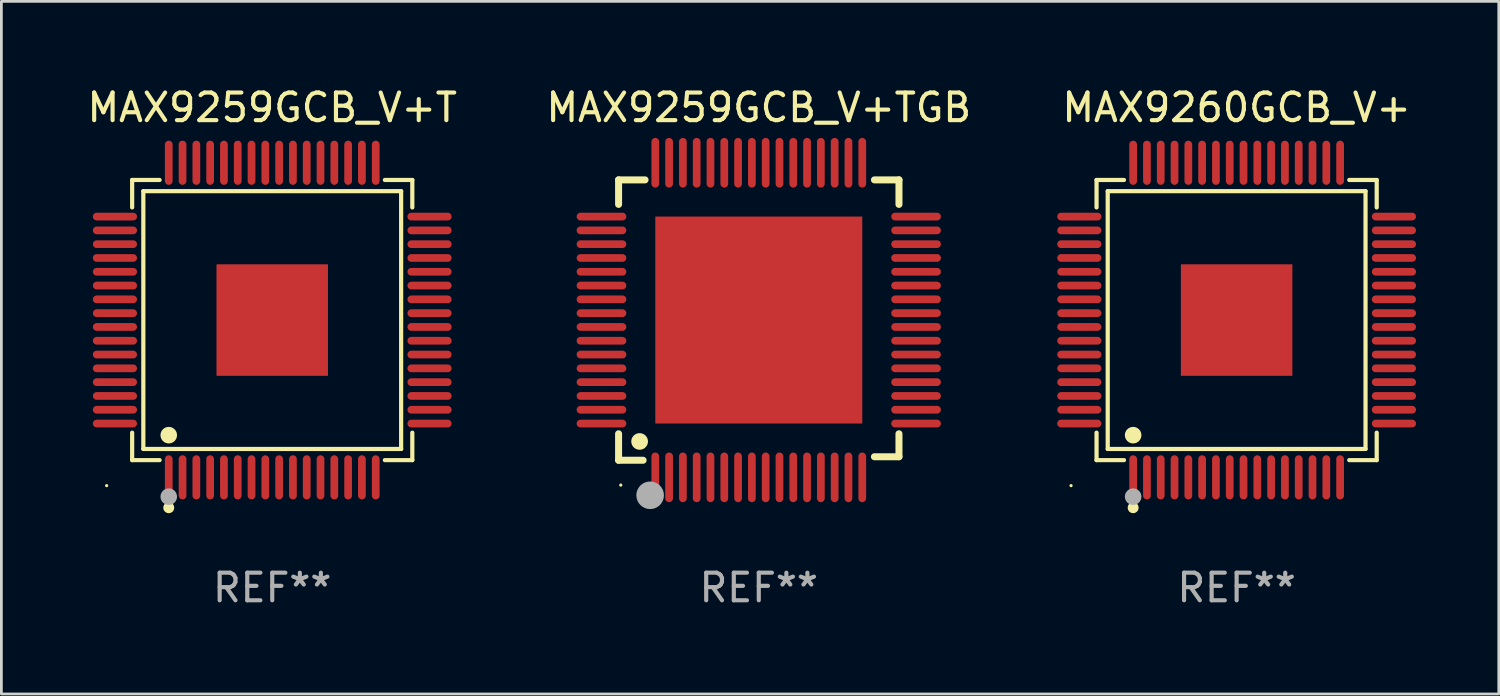
<source format=kicad_pcb>
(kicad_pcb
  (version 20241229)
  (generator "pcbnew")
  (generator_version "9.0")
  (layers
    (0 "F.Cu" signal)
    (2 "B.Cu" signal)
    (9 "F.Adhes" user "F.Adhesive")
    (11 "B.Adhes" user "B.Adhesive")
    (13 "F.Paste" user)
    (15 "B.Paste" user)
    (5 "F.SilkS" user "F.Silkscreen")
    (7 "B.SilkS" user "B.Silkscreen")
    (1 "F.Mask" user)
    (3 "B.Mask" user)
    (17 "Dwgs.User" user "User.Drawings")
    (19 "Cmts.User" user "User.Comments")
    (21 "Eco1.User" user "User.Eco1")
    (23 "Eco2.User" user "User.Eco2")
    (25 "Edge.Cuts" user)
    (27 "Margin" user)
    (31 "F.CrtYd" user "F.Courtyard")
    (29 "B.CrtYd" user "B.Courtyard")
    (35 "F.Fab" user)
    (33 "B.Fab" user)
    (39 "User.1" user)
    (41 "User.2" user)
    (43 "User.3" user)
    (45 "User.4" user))
  (footprint "MAX9259GCB_V+TGB"
    (layer "F.Cu")
    (at 24.446 8.548)
    (property "Reference" "MAX9259GCB_V+TGB" (at 0 -7.7 0) (layer "F.SilkS") (effects (font (size 1 1) (thickness 0.15))))
    (attr through_hole)
    (fp_line (start -5.08 -5.08) (end -4.121 -5.08) (stroke (width 0.254) (type solid)) (layer "F.SilkS"))
    (fp_line (start -5.08 -4.191) (end -5.08 -5.08) (stroke (width 0.254) (type solid)) (layer "F.SilkS"))
    (fp_line (start -5.08 4.121) (end -5.08 5.08) (stroke (width 0.254) (type solid)) (layer "F.SilkS"))
    (fp_line (start -5.08 5.08) (end -4.191 5.08) (stroke (width 0.254) (type solid)) (layer "F.SilkS"))
    (fp_line (start 4.191 -5.08) (end 5.08 -5.08) (stroke (width 0.254) (type solid)) (layer "F.SilkS"))
    (fp_line (start 5.08 -5.08) (end 5.08 -4.191) (stroke (width 0.254) (type solid)) (layer "F.SilkS"))
    (fp_line (start 5.08 4.121) (end 5.08 4.953) (stroke (width 0.254) (type solid)) (layer "F.SilkS"))
    (fp_line (start 5.08 4.953) (end 4.191 4.953) (stroke (width 0.254) (type solid)) (layer "F.SilkS"))
    (fp_arc (start -4.320523 4.398984) (mid -4.317983 4.398973) (end -4.315443 4.398984) (stroke (width 0.6) (type solid)) (layer "F.SilkS"))
    (fp_circle (center -5 5.98) (end -4.97 5.98) (stroke (width 0.06) (type solid)) (fill no) (layer "F.SilkS"))
    (fp_circle (center -3.937 6.35) (end -3.687 6.35) (stroke (width 0.5) (type solid)) (fill no) (layer "F.Fab"))
    (fp_text user "REF**" (at 0 9.7 0) (layer "F.Fab") (effects (font (size 1 1) (thickness 0.15))))
    (pad "1" smd oval (at -3.75 5.7) (size 0.28 1.8) (layers "F.Cu" "F.Mask" "F.Paste"))
    (pad "2" smd oval (at -3.25 5.7) (size 0.28 1.8) (layers "F.Cu" "F.Mask" "F.Paste"))
    (pad "3" smd oval (at -2.75 5.7) (size 0.28 1.8) (layers "F.Cu" "F.Mask" "F.Paste"))
    (pad "4" smd oval (at -2.25 5.7) (size 0.28 1.8) (layers "F.Cu" "F.Mask" "F.Paste"))
    (pad "5" smd oval (at -1.75 5.7) (size 0.28 1.8) (layers "F.Cu" "F.Mask" "F.Paste"))
    (pad "6" smd oval (at -1.25 5.7) (size 0.28 1.8) (layers "F.Cu" "F.Mask" "F.Paste"))
    (pad "7" smd oval (at -0.75 5.7) (size 0.28 1.8) (layers "F.Cu" "F.Mask" "F.Paste"))
    (pad "8" smd oval (at -0.25 5.7) (size 0.28 1.8) (layers "F.Cu" "F.Mask" "F.Paste"))
    (pad "9" smd oval (at 0.25 5.7) (size 0.28 1.8) (layers "F.Cu" "F.Mask" "F.Paste"))
    (pad "10" smd oval (at 0.75 5.7) (size 0.28 1.8) (layers "F.Cu" "F.Mask" "F.Paste"))
    (pad "11" smd oval (at 1.25 5.7) (size 0.28 1.8) (layers "F.Cu" "F.Mask" "F.Paste"))
    (pad "12" smd oval (at 1.75 5.7) (size 0.28 1.8) (layers "F.Cu" "F.Mask" "F.Paste"))
    (pad "13" smd oval (at 2.25 5.7) (size 0.28 1.8) (layers "F.Cu" "F.Mask" "F.Paste"))
    (pad "14" smd oval (at 2.75 5.7) (size 0.28 1.8) (layers "F.Cu" "F.Mask" "F.Paste"))
    (pad "15" smd oval (at 3.25 5.7) (size 0.28 1.8) (layers "F.Cu" "F.Mask" "F.Paste"))
    (pad "16" smd oval (at 3.75 5.7) (size 0.28 1.8) (layers "F.Cu" "F.Mask" "F.Paste"))
    (pad "17" smd oval (at 5.7 3.75) (size 1.8 0.28) (layers "F.Cu" "F.Mask" "F.Paste"))
    (pad "18" smd oval (at 5.7 3.25) (size 1.8 0.28) (layers "F.Cu" "F.Mask" "F.Paste"))
    (pad "19" smd oval (at 5.7 2.75) (size 1.8 0.28) (layers "F.Cu" "F.Mask" "F.Paste"))
    (pad "20" smd oval (at 5.7 2.25) (size 1.8 0.28) (layers "F.Cu" "F.Mask" "F.Paste"))
    (pad "21" smd oval (at 5.7 1.75) (size 1.8 0.28) (layers "F.Cu" "F.Mask" "F.Paste"))
    (pad "22" smd oval (at 5.7 1.25) (size 1.8 0.28) (layers "F.Cu" "F.Mask" "F.Paste"))
    (pad "23" smd oval (at 5.7 0.75) (size 1.8 0.28) (layers "F.Cu" "F.Mask" "F.Paste"))
    (pad "24" smd oval (at 5.7 0.25) (size 1.8 0.28) (layers "F.Cu" "F.Mask" "F.Paste"))
    (pad "25" smd oval (at 5.7 -0.25) (size 1.8 0.28) (layers "F.Cu" "F.Mask" "F.Paste"))
    (pad "26" smd oval (at 5.7 -0.75) (size 1.8 0.28) (layers "F.Cu" "F.Mask" "F.Paste"))
    (pad "27" smd oval (at 5.7 -1.25) (size 1.8 0.28) (layers "F.Cu" "F.Mask" "F.Paste"))
    (pad "28" smd oval (at 5.7 -1.75) (size 1.8 0.28) (layers "F.Cu" "F.Mask" "F.Paste"))
    (pad "29" smd oval (at 5.7 -2.25) (size 1.8 0.28) (layers "F.Cu" "F.Mask" "F.Paste"))
    (pad "30" smd oval (at 5.7 -2.75) (size 1.8 0.28) (layers "F.Cu" "F.Mask" "F.Paste"))
    (pad "31" smd oval (at 5.7 -3.25) (size 1.8 0.28) (layers "F.Cu" "F.Mask" "F.Paste"))
    (pad "32" smd oval (at 5.7 -3.75) (size 1.8 0.28) (layers "F.Cu" "F.Mask" "F.Paste"))
    (pad "33" smd oval (at 3.75 -5.7) (size 0.28 1.8) (layers "F.Cu" "F.Mask" "F.Paste"))
    (pad "34" smd oval (at 3.25 -5.7) (size 0.28 1.8) (layers "F.Cu" "F.Mask" "F.Paste"))
    (pad "35" smd oval (at 2.75 -5.7) (size 0.28 1.8) (layers "F.Cu" "F.Mask" "F.Paste"))
    (pad "36" smd oval (at 2.25 -5.7) (size 0.28 1.8) (layers "F.Cu" "F.Mask" "F.Paste"))
    (pad "37" smd oval (at 1.75 -5.7) (size 0.28 1.8) (layers "F.Cu" "F.Mask" "F.Paste"))
    (pad "38" smd oval (at 1.25 -5.7) (size 0.28 1.8) (layers "F.Cu" "F.Mask" "F.Paste"))
    (pad "39" smd oval (at 0.75 -5.7) (size 0.28 1.8) (layers "F.Cu" "F.Mask" "F.Paste"))
    (pad "40" smd oval (at 0.25 -5.7) (size 0.28 1.8) (layers "F.Cu" "F.Mask" "F.Paste"))
    (pad "41" smd oval (at -0.25 -5.7) (size 0.28 1.8) (layers "F.Cu" "F.Mask" "F.Paste"))
    (pad "42" smd oval (at -0.75 -5.7) (size 0.28 1.8) (layers "F.Cu" "F.Mask" "F.Paste"))
    (pad "43" smd oval (at -1.25 -5.7) (size 0.28 1.8) (layers "F.Cu" "F.Mask" "F.Paste"))
    (pad "44" smd oval (at -1.75 -5.7) (size 0.28 1.8) (layers "F.Cu" "F.Mask" "F.Paste"))
    (pad "45" smd oval (at -2.25 -5.7) (size 0.28 1.8) (layers "F.Cu" "F.Mask" "F.Paste"))
    (pad "46" smd oval (at -2.75 -5.7) (size 0.28 1.8) (layers "F.Cu" "F.Mask" "F.Paste"))
    (pad "47" smd oval (at -3.25 -5.7) (size 0.28 1.8) (layers "F.Cu" "F.Mask" "F.Paste"))
    (pad "48" smd oval (at -3.75 -5.7) (size 0.28 1.8) (layers "F.Cu" "F.Mask" "F.Paste"))
    (pad "49" smd oval (at -5.7 -3.75) (size 1.8 0.28) (layers "F.Cu" "F.Mask" "F.Paste"))
    (pad "50" smd oval (at -5.7 -3.25) (size 1.8 0.28) (layers "F.Cu" "F.Mask" "F.Paste"))
    (pad "51" smd oval (at -5.7 -2.75) (size 1.8 0.28) (layers "F.Cu" "F.Mask" "F.Paste"))
    (pad "52" smd oval (at -5.7 -2.25) (size 1.8 0.28) (layers "F.Cu" "F.Mask" "F.Paste"))
    (pad "53" smd oval (at -5.7 -1.75) (size 1.8 0.28) (layers "F.Cu" "F.Mask" "F.Paste"))
    (pad "54" smd oval (at -5.7 -1.25) (size 1.8 0.28) (layers "F.Cu" "F.Mask" "F.Paste"))
    (pad "55" smd oval (at -5.7 -0.75) (size 1.8 0.28) (layers "F.Cu" "F.Mask" "F.Paste"))
    (pad "56" smd oval (at -5.7 -0.25) (size 1.8 0.28) (layers "F.Cu" "F.Mask" "F.Paste"))
    (pad "57" smd oval (at -5.7 0.25) (size 1.8 0.28) (layers "F.Cu" "F.Mask" "F.Paste"))
    (pad "58" smd oval (at -5.7 0.75) (size 1.8 0.28) (layers "F.Cu" "F.Mask" "F.Paste"))
    (pad "59" smd oval (at -5.7 1.25) (size 1.8 0.28) (layers "F.Cu" "F.Mask" "F.Paste"))
    (pad "60" smd oval (at -5.7 1.75) (size 1.8 0.28) (layers "F.Cu" "F.Mask" "F.Paste"))
    (pad "61" smd oval (at -5.7 2.25) (size 1.8 0.28) (layers "F.Cu" "F.Mask" "F.Paste"))
    (pad "62" smd oval (at -5.7 2.75) (size 1.8 0.28) (layers "F.Cu" "F.Mask" "F.Paste"))
    (pad "63" smd oval (at -5.7 3.25) (size 1.8 0.28) (layers "F.Cu" "F.Mask" "F.Paste"))
    (pad "64" smd oval (at -5.7 3.75) (size 1.8 0.28) (layers "F.Cu" "F.Mask" "F.Paste"))
    (pad "65" smd custom (at 0 0) (size 7.5 7.5) (layers "F.Cu" "F.Mask" "F.Paste") (options (anchor circle)) (primitives (gr_poly (pts (xy -3.75 3.75) (xy -3.75 -3.75) (xy 3.75 -3.75) (xy 3.75 3.75)) (width 0) (fill yes)))))
  (footprint "MAX9260GCB_V+"
    (layer "F.Cu")
    (at 41.762 8.548)
    (property "Reference" "MAX9260GCB_V+" (at 0 -7.7 0) (layer "F.SilkS") (effects (font (size 1 1) (thickness 0.15))))
    (attr through_hole)
    (fp_line (start -5.076 -5.076) (end -4.081 -5.076) (stroke (width 0.152) (type solid)) (layer "F.SilkS"))
    (fp_line (start -5.076 -4.081) (end -5.076 -5.076) (stroke (width 0.152) (type solid)) (layer "F.SilkS"))
    (fp_line (start -5.076 4.081) (end -5.076 5.076) (stroke (width 0.152) (type solid)) (layer "F.SilkS"))
    (fp_line (start -5.076 5.076) (end -4.081 5.076) (stroke (width 0.152) (type solid)) (layer "F.SilkS"))
    (fp_line (start -4.671 -4.671) (end 4.671 -4.671) (stroke (width 0.152) (type solid)) (layer "F.SilkS"))
    (fp_line (start -4.671 4.671) (end -4.671 -4.671) (stroke (width 0.152) (type solid)) (layer "F.SilkS"))
    (fp_line (start 4.671 -4.671) (end 4.671 4.671) (stroke (width 0.152) (type solid)) (layer "F.SilkS"))
    (fp_line (start 4.671 4.671) (end -4.671 4.671) (stroke (width 0.152) (type solid)) (layer "F.SilkS"))
    (fp_line (start 5.076 -5.076) (end 4.081 -5.076) (stroke (width 0.152) (type solid)) (layer "F.SilkS"))
    (fp_line (start 5.076 -4.081) (end 5.076 -5.076) (stroke (width 0.152) (type solid)) (layer "F.SilkS"))
    (fp_line (start 5.076 4.081) (end 5.076 5.076) (stroke (width 0.152) (type solid)) (layer "F.SilkS"))
    (fp_line (start 5.076 5.076) (end 4.081 5.076) (stroke (width 0.152) (type solid)) (layer "F.SilkS"))
    (fp_circle (center -6 6) (end -5.97 6) (stroke (width 0.06) (type solid)) (fill no) (layer "F.SilkS"))
    (fp_circle (center -3.75 4.171) (end -3.6 4.171) (stroke (width 0.3) (type solid)) (fill no) (layer "F.SilkS"))
    (fp_circle (center -3.75 6.8) (end -3.65 6.8) (stroke (width 0.2) (type solid)) (fill no) (layer "F.SilkS"))
    (fp_circle (center -3.75 6.4) (end -3.6 6.4) (stroke (width 0.3) (type solid)) (fill no) (layer "F.Fab"))
    (fp_text user "REF**" (at 0 9.7 0) (layer "F.Fab") (effects (font (size 1 1) (thickness 0.15))))
    (pad "1" smd oval (at -3.75 5.7) (size 0.28 1.6) (layers "F.Cu" "F.Mask" "F.Paste"))
    (pad "2" smd oval (at -3.25 5.7) (size 0.28 1.6) (layers "F.Cu" "F.Mask" "F.Paste"))
    (pad "3" smd oval (at -2.75 5.7) (size 0.28 1.6) (layers "F.Cu" "F.Mask" "F.Paste"))
    (pad "4" smd oval (at -2.25 5.7) (size 0.28 1.6) (layers "F.Cu" "F.Mask" "F.Paste"))
    (pad "5" smd oval (at -1.75 5.7) (size 0.28 1.6) (layers "F.Cu" "F.Mask" "F.Paste"))
    (pad "6" smd oval (at -1.25 5.7) (size 0.28 1.6) (layers "F.Cu" "F.Mask" "F.Paste"))
    (pad "7" smd oval (at -0.75 5.7) (size 0.28 1.6) (layers "F.Cu" "F.Mask" "F.Paste"))
    (pad "8" smd oval (at -0.25 5.7) (size 0.28 1.6) (layers "F.Cu" "F.Mask" "F.Paste"))
    (pad "9" smd oval (at 0.25 5.7) (size 0.28 1.6) (layers "F.Cu" "F.Mask" "F.Paste"))
    (pad "10" smd oval (at 0.75 5.7) (size 0.28 1.6) (layers "F.Cu" "F.Mask" "F.Paste"))
    (pad "11" smd oval (at 1.25 5.7) (size 0.28 1.6) (layers "F.Cu" "F.Mask" "F.Paste"))
    (pad "12" smd oval (at 1.75 5.7) (size 0.28 1.6) (layers "F.Cu" "F.Mask" "F.Paste"))
    (pad "13" smd oval (at 2.25 5.7) (size 0.28 1.6) (layers "F.Cu" "F.Mask" "F.Paste"))
    (pad "14" smd oval (at 2.75 5.7) (size 0.28 1.6) (layers "F.Cu" "F.Mask" "F.Paste"))
    (pad "15" smd oval (at 3.25 5.7) (size 0.28 1.6) (layers "F.Cu" "F.Mask" "F.Paste"))
    (pad "16" smd oval (at 3.75 5.7) (size 0.28 1.6) (layers "F.Cu" "F.Mask" "F.Paste"))
    (pad "17" smd oval (at 5.7 3.75) (size 1.6 0.28) (layers "F.Cu" "F.Mask" "F.Paste"))
    (pad "18" smd oval (at 5.7 3.25) (size 1.6 0.28) (layers "F.Cu" "F.Mask" "F.Paste"))
    (pad "19" smd oval (at 5.7 2.75) (size 1.6 0.28) (layers "F.Cu" "F.Mask" "F.Paste"))
    (pad "20" smd oval (at 5.7 2.25) (size 1.6 0.28) (layers "F.Cu" "F.Mask" "F.Paste"))
    (pad "21" smd oval (at 5.7 1.75) (size 1.6 0.28) (layers "F.Cu" "F.Mask" "F.Paste"))
    (pad "22" smd oval (at 5.7 1.25) (size 1.6 0.28) (layers "F.Cu" "F.Mask" "F.Paste"))
    (pad "23" smd oval (at 5.7 0.75) (size 1.6 0.28) (layers "F.Cu" "F.Mask" "F.Paste"))
    (pad "24" smd oval (at 5.7 0.25) (size 1.6 0.28) (layers "F.Cu" "F.Mask" "F.Paste"))
    (pad "25" smd oval (at 5.7 -0.25) (size 1.6 0.28) (layers "F.Cu" "F.Mask" "F.Paste"))
    (pad "26" smd oval (at 5.7 -0.75) (size 1.6 0.28) (layers "F.Cu" "F.Mask" "F.Paste"))
    (pad "27" smd oval (at 5.7 -1.25) (size 1.6 0.28) (layers "F.Cu" "F.Mask" "F.Paste"))
    (pad "28" smd oval (at 5.7 -1.75) (size 1.6 0.28) (layers "F.Cu" "F.Mask" "F.Paste"))
    (pad "29" smd oval (at 5.7 -2.25) (size 1.6 0.28) (layers "F.Cu" "F.Mask" "F.Paste"))
    (pad "30" smd oval (at 5.7 -2.75) (size 1.6 0.28) (layers "F.Cu" "F.Mask" "F.Paste"))
    (pad "31" smd oval (at 5.7 -3.25) (size 1.6 0.28) (layers "F.Cu" "F.Mask" "F.Paste"))
    (pad "32" smd oval (at 5.7 -3.75) (size 1.6 0.28) (layers "F.Cu" "F.Mask" "F.Paste"))
    (pad "33" smd oval (at 3.75 -5.7) (size 0.28 1.6) (layers "F.Cu" "F.Mask" "F.Paste"))
    (pad "34" smd oval (at 3.25 -5.7) (size 0.28 1.6) (layers "F.Cu" "F.Mask" "F.Paste"))
    (pad "35" smd oval (at 2.75 -5.7) (size 0.28 1.6) (layers "F.Cu" "F.Mask" "F.Paste"))
    (pad "36" smd oval (at 2.25 -5.7) (size 0.28 1.6) (layers "F.Cu" "F.Mask" "F.Paste"))
    (pad "37" smd oval (at 1.75 -5.7) (size 0.28 1.6) (layers "F.Cu" "F.Mask" "F.Paste"))
    (pad "38" smd oval (at 1.25 -5.7) (size 0.28 1.6) (layers "F.Cu" "F.Mask" "F.Paste"))
    (pad "39" smd oval (at 0.75 -5.7) (size 0.28 1.6) (layers "F.Cu" "F.Mask" "F.Paste"))
    (pad "40" smd oval (at 0.25 -5.7) (size 0.28 1.6) (layers "F.Cu" "F.Mask" "F.Paste"))
    (pad "41" smd oval (at -0.25 -5.7) (size 0.28 1.6) (layers "F.Cu" "F.Mask" "F.Paste"))
    (pad "42" smd oval (at -0.75 -5.7) (size 0.28 1.6) (layers "F.Cu" "F.Mask" "F.Paste"))
    (pad "43" smd oval (at -1.25 -5.7) (size 0.28 1.6) (layers "F.Cu" "F.Mask" "F.Paste"))
    (pad "44" smd oval (at -1.75 -5.7) (size 0.28 1.6) (layers "F.Cu" "F.Mask" "F.Paste"))
    (pad "45" smd oval (at -2.25 -5.7) (size 0.28 1.6) (layers "F.Cu" "F.Mask" "F.Paste"))
    (pad "46" smd oval (at -2.75 -5.7) (size 0.28 1.6) (layers "F.Cu" "F.Mask" "F.Paste"))
    (pad "47" smd oval (at -3.25 -5.7) (size 0.28 1.6) (layers "F.Cu" "F.Mask" "F.Paste"))
    (pad "48" smd oval (at -3.75 -5.7) (size 0.28 1.6) (layers "F.Cu" "F.Mask" "F.Paste"))
    (pad "49" smd oval (at -5.7 -3.75) (size 1.6 0.28) (layers "F.Cu" "F.Mask" "F.Paste"))
    (pad "50" smd oval (at -5.7 -3.25) (size 1.6 0.28) (layers "F.Cu" "F.Mask" "F.Paste"))
    (pad "51" smd oval (at -5.7 -2.75) (size 1.6 0.28) (layers "F.Cu" "F.Mask" "F.Paste"))
    (pad "52" smd oval (at -5.7 -2.25) (size 1.6 0.28) (layers "F.Cu" "F.Mask" "F.Paste"))
    (pad "53" smd oval (at -5.7 -1.75) (size 1.6 0.28) (layers "F.Cu" "F.Mask" "F.Paste"))
    (pad "54" smd oval (at -5.7 -1.25) (size 1.6 0.28) (layers "F.Cu" "F.Mask" "F.Paste"))
    (pad "55" smd oval (at -5.7 -0.75) (size 1.6 0.28) (layers "F.Cu" "F.Mask" "F.Paste"))
    (pad "56" smd oval (at -5.7 -0.25) (size 1.6 0.28) (layers "F.Cu" "F.Mask" "F.Paste"))
    (pad "57" smd oval (at -5.7 0.25) (size 1.6 0.28) (layers "F.Cu" "F.Mask" "F.Paste"))
    (pad "58" smd oval (at -5.7 0.75) (size 1.6 0.28) (layers "F.Cu" "F.Mask" "F.Paste"))
    (pad "59" smd oval (at -5.7 1.25) (size 1.6 0.28) (layers "F.Cu" "F.Mask" "F.Paste"))
    (pad "60" smd oval (at -5.7 1.75) (size 1.6 0.28) (layers "F.Cu" "F.Mask" "F.Paste"))
    (pad "61" smd oval (at -5.7 2.25) (size 1.6 0.28) (layers "F.Cu" "F.Mask" "F.Paste"))
    (pad "62" smd oval (at -5.7 2.75) (size 1.6 0.28) (layers "F.Cu" "F.Mask" "F.Paste"))
    (pad "63" smd oval (at -5.7 3.25) (size 1.6 0.28) (layers "F.Cu" "F.Mask" "F.Paste"))
    (pad "64" smd oval (at -5.7 3.75) (size 1.6 0.28) (layers "F.Cu" "F.Mask" "F.Paste"))
    (pad "65" smd rect (at 0 0) (size 4.04 4.04) (layers "F.Cu" "F.Mask" "F.Paste")))
  (footprint "MAX9259GCB_V+T"
    (layer "F.Cu")
    (at 6.815 8.548)
    (property "Reference" "MAX9259GCB_V+T" (at 0 -7.7 0) (layer "F.SilkS") (effects (font (size 1 1) (thickness 0.15))))
    (attr through_hole)
    (fp_line (start -5.076 -5.076) (end -4.081 -5.076) (stroke (width 0.152) (type solid)) (layer "F.SilkS"))
    (fp_line (start -5.076 -4.081) (end -5.076 -5.076) (stroke (width 0.152) (type solid)) (layer "F.SilkS"))
    (fp_line (start -5.076 4.081) (end -5.076 5.076) (stroke (width 0.152) (type solid)) (layer "F.SilkS"))
    (fp_line (start -5.076 5.076) (end -4.081 5.076) (stroke (width 0.152) (type solid)) (layer "F.SilkS"))
    (fp_line (start -4.671 -4.671) (end 4.671 -4.671) (stroke (width 0.152) (type solid)) (layer "F.SilkS"))
    (fp_line (start -4.671 4.671) (end -4.671 -4.671) (stroke (width 0.152) (type solid)) (layer "F.SilkS"))
    (fp_line (start 4.671 -4.671) (end 4.671 4.671) (stroke (width 0.152) (type solid)) (layer "F.SilkS"))
    (fp_line (start 4.671 4.671) (end -4.671 4.671) (stroke (width 0.152) (type solid)) (layer "F.SilkS"))
    (fp_line (start 5.076 -5.076) (end 4.081 -5.076) (stroke (width 0.152) (type solid)) (layer "F.SilkS"))
    (fp_line (start 5.076 -4.081) (end 5.076 -5.076) (stroke (width 0.152) (type solid)) (layer "F.SilkS"))
    (fp_line (start 5.076 4.081) (end 5.076 5.076) (stroke (width 0.152) (type solid)) (layer "F.SilkS"))
    (fp_line (start 5.076 5.076) (end 4.081 5.076) (stroke (width 0.152) (type solid)) (layer "F.SilkS"))
    (fp_circle (center -6 6) (end -5.97 6) (stroke (width 0.06) (type solid)) (fill no) (layer "F.SilkS"))
    (fp_circle (center -3.75 4.171) (end -3.6 4.171) (stroke (width 0.3) (type solid)) (fill no) (layer "F.SilkS"))
    (fp_circle (center -3.75 6.8) (end -3.65 6.8) (stroke (width 0.2) (type solid)) (fill no) (layer "F.SilkS"))
    (fp_circle (center -3.75 6.4) (end -3.6 6.4) (stroke (width 0.3) (type solid)) (fill no) (layer "F.Fab"))
    (fp_text user "REF**" (at 0 9.7 0) (layer "F.Fab") (effects (font (size 1 1) (thickness 0.15))))
    (pad "1" smd oval (at -3.75 5.7) (size 0.28 1.6) (layers "F.Cu" "F.Mask" "F.Paste"))
    (pad "2" smd oval (at -3.25 5.7) (size 0.28 1.6) (layers "F.Cu" "F.Mask" "F.Paste"))
    (pad "3" smd oval (at -2.75 5.7) (size 0.28 1.6) (layers "F.Cu" "F.Mask" "F.Paste"))
    (pad "4" smd oval (at -2.25 5.7) (size 0.28 1.6) (layers "F.Cu" "F.Mask" "F.Paste"))
    (pad "5" smd oval (at -1.75 5.7) (size 0.28 1.6) (layers "F.Cu" "F.Mask" "F.Paste"))
    (pad "6" smd oval (at -1.25 5.7) (size 0.28 1.6) (layers "F.Cu" "F.Mask" "F.Paste"))
    (pad "7" smd oval (at -0.75 5.7) (size 0.28 1.6) (layers "F.Cu" "F.Mask" "F.Paste"))
    (pad "8" smd oval (at -0.25 5.7) (size 0.28 1.6) (layers "F.Cu" "F.Mask" "F.Paste"))
    (pad "9" smd oval (at 0.25 5.7) (size 0.28 1.6) (layers "F.Cu" "F.Mask" "F.Paste"))
    (pad "10" smd oval (at 0.75 5.7) (size 0.28 1.6) (layers "F.Cu" "F.Mask" "F.Paste"))
    (pad "11" smd oval (at 1.25 5.7) (size 0.28 1.6) (layers "F.Cu" "F.Mask" "F.Paste"))
    (pad "12" smd oval (at 1.75 5.7) (size 0.28 1.6) (layers "F.Cu" "F.Mask" "F.Paste"))
    (pad "13" smd oval (at 2.25 5.7) (size 0.28 1.6) (layers "F.Cu" "F.Mask" "F.Paste"))
    (pad "14" smd oval (at 2.75 5.7) (size 0.28 1.6) (layers "F.Cu" "F.Mask" "F.Paste"))
    (pad "15" smd oval (at 3.25 5.7) (size 0.28 1.6) (layers "F.Cu" "F.Mask" "F.Paste"))
    (pad "16" smd oval (at 3.75 5.7) (size 0.28 1.6) (layers "F.Cu" "F.Mask" "F.Paste"))
    (pad "17" smd oval (at 5.7 3.75) (size 1.6 0.28) (layers "F.Cu" "F.Mask" "F.Paste"))
    (pad "18" smd oval (at 5.7 3.25) (size 1.6 0.28) (layers "F.Cu" "F.Mask" "F.Paste"))
    (pad "19" smd oval (at 5.7 2.75) (size 1.6 0.28) (layers "F.Cu" "F.Mask" "F.Paste"))
    (pad "20" smd oval (at 5.7 2.25) (size 1.6 0.28) (layers "F.Cu" "F.Mask" "F.Paste"))
    (pad "21" smd oval (at 5.7 1.75) (size 1.6 0.28) (layers "F.Cu" "F.Mask" "F.Paste"))
    (pad "22" smd oval (at 5.7 1.25) (size 1.6 0.28) (layers "F.Cu" "F.Mask" "F.Paste"))
    (pad "23" smd oval (at 5.7 0.75) (size 1.6 0.28) (layers "F.Cu" "F.Mask" "F.Paste"))
    (pad "24" smd oval (at 5.7 0.25) (size 1.6 0.28) (layers "F.Cu" "F.Mask" "F.Paste"))
    (pad "25" smd oval (at 5.7 -0.25) (size 1.6 0.28) (layers "F.Cu" "F.Mask" "F.Paste"))
    (pad "26" smd oval (at 5.7 -0.75) (size 1.6 0.28) (layers "F.Cu" "F.Mask" "F.Paste"))
    (pad "27" smd oval (at 5.7 -1.25) (size 1.6 0.28) (layers "F.Cu" "F.Mask" "F.Paste"))
    (pad "28" smd oval (at 5.7 -1.75) (size 1.6 0.28) (layers "F.Cu" "F.Mask" "F.Paste"))
    (pad "29" smd oval (at 5.7 -2.25) (size 1.6 0.28) (layers "F.Cu" "F.Mask" "F.Paste"))
    (pad "30" smd oval (at 5.7 -2.75) (size 1.6 0.28) (layers "F.Cu" "F.Mask" "F.Paste"))
    (pad "31" smd oval (at 5.7 -3.25) (size 1.6 0.28) (layers "F.Cu" "F.Mask" "F.Paste"))
    (pad "32" smd oval (at 5.7 -3.75) (size 1.6 0.28) (layers "F.Cu" "F.Mask" "F.Paste"))
    (pad "33" smd oval (at 3.75 -5.7) (size 0.28 1.6) (layers "F.Cu" "F.Mask" "F.Paste"))
    (pad "34" smd oval (at 3.25 -5.7) (size 0.28 1.6) (layers "F.Cu" "F.Mask" "F.Paste"))
    (pad "35" smd oval (at 2.75 -5.7) (size 0.28 1.6) (layers "F.Cu" "F.Mask" "F.Paste"))
    (pad "36" smd oval (at 2.25 -5.7) (size 0.28 1.6) (layers "F.Cu" "F.Mask" "F.Paste"))
    (pad "37" smd oval (at 1.75 -5.7) (size 0.28 1.6) (layers "F.Cu" "F.Mask" "F.Paste"))
    (pad "38" smd oval (at 1.25 -5.7) (size 0.28 1.6) (layers "F.Cu" "F.Mask" "F.Paste"))
    (pad "39" smd oval (at 0.75 -5.7) (size 0.28 1.6) (layers "F.Cu" "F.Mask" "F.Paste"))
    (pad "40" smd oval (at 0.25 -5.7) (size 0.28 1.6) (layers "F.Cu" "F.Mask" "F.Paste"))
    (pad "41" smd oval (at -0.25 -5.7) (size 0.28 1.6) (layers "F.Cu" "F.Mask" "F.Paste"))
    (pad "42" smd oval (at -0.75 -5.7) (size 0.28 1.6) (layers "F.Cu" "F.Mask" "F.Paste"))
    (pad "43" smd oval (at -1.25 -5.7) (size 0.28 1.6) (layers "F.Cu" "F.Mask" "F.Paste"))
    (pad "44" smd oval (at -1.75 -5.7) (size 0.28 1.6) (layers "F.Cu" "F.Mask" "F.Paste"))
    (pad "45" smd oval (at -2.25 -5.7) (size 0.28 1.6) (layers "F.Cu" "F.Mask" "F.Paste"))
    (pad "46" smd oval (at -2.75 -5.7) (size 0.28 1.6) (layers "F.Cu" "F.Mask" "F.Paste"))
    (pad "47" smd oval (at -3.25 -5.7) (size 0.28 1.6) (layers "F.Cu" "F.Mask" "F.Paste"))
    (pad "48" smd oval (at -3.75 -5.7) (size 0.28 1.6) (layers "F.Cu" "F.Mask" "F.Paste"))
    (pad "49" smd oval (at -5.7 -3.75) (size 1.6 0.28) (layers "F.Cu" "F.Mask" "F.Paste"))
    (pad "50" smd oval (at -5.7 -3.25) (size 1.6 0.28) (layers "F.Cu" "F.Mask" "F.Paste"))
    (pad "51" smd oval (at -5.7 -2.75) (size 1.6 0.28) (layers "F.Cu" "F.Mask" "F.Paste"))
    (pad "52" smd oval (at -5.7 -2.25) (size 1.6 0.28) (layers "F.Cu" "F.Mask" "F.Paste"))
    (pad "53" smd oval (at -5.7 -1.75) (size 1.6 0.28) (layers "F.Cu" "F.Mask" "F.Paste"))
    (pad "54" smd oval (at -5.7 -1.25) (size 1.6 0.28) (layers "F.Cu" "F.Mask" "F.Paste"))
    (pad "55" smd oval (at -5.7 -0.75) (size 1.6 0.28) (layers "F.Cu" "F.Mask" "F.Paste"))
    (pad "56" smd oval (at -5.7 -0.25) (size 1.6 0.28) (layers "F.Cu" "F.Mask" "F.Paste"))
    (pad "57" smd oval (at -5.7 0.25) (size 1.6 0.28) (layers "F.Cu" "F.Mask" "F.Paste"))
    (pad "58" smd oval (at -5.7 0.75) (size 1.6 0.28) (layers "F.Cu" "F.Mask" "F.Paste"))
    (pad "59" smd oval (at -5.7 1.25) (size 1.6 0.28) (layers "F.Cu" "F.Mask" "F.Paste"))
    (pad "60" smd oval (at -5.7 1.75) (size 1.6 0.28) (layers "F.Cu" "F.Mask" "F.Paste"))
    (pad "61" smd oval (at -5.7 2.25) (size 1.6 0.28) (layers "F.Cu" "F.Mask" "F.Paste"))
    (pad "62" smd oval (at -5.7 2.75) (size 1.6 0.28) (layers "F.Cu" "F.Mask" "F.Paste"))
    (pad "63" smd oval (at -5.7 3.25) (size 1.6 0.28) (layers "F.Cu" "F.Mask" "F.Paste"))
    (pad "64" smd oval (at -5.7 3.75) (size 1.6 0.28) (layers "F.Cu" "F.Mask" "F.Paste"))
    (pad "65" smd rect (at 0 0) (size 4.04 4.04) (layers "F.Cu" "F.Mask" "F.Paste")))
  (gr_rect
    (start -3 -3)
    (end 51.262 22.097)
    (stroke (width 0.1) (type default))
    (fill no)
    (layer "Edge.Cuts")))
</source>
